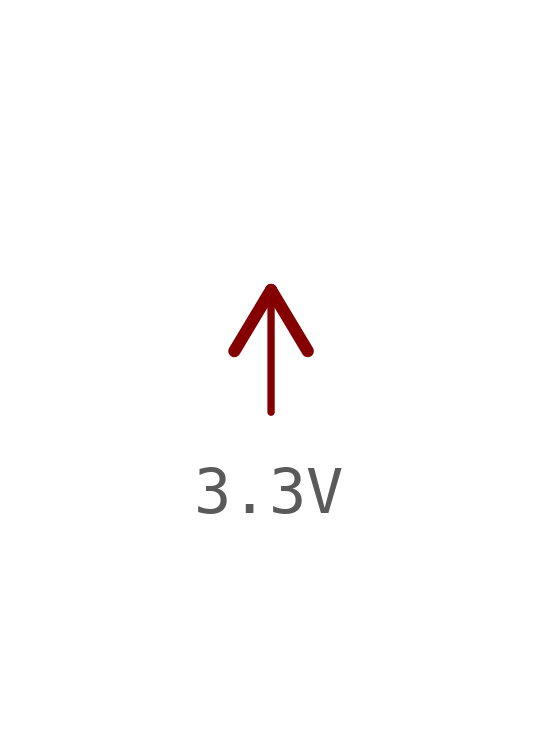
<source format=kicad_sym>
(kicad_symbol_lib
  (version 20241209)
  (generator "kicad_symbol_editor")
  (generator_version "9.0")
  (symbol "3.3V"
    (power)
    (property "Reference" "#P+"
      (at 0 0 0)
      (effects (font (size 1.27 1.27)) (hide yes)))
    (property "Value" ""
      (at -1.016 3.556 0)
      (effects (font (size 1.778 1.511)) (justify left bottom)))
    (property "ki_locked" ""
      (at 0 0 0)
      (effects (font (size 1.27 1.27))))
    (symbol "3.3V_1_0"
      (polyline (pts (xy 0 2.54) (xy -0.762 1.27)) (stroke (width 0.254) (type solid)) (fill (type none)))
      (polyline (pts (xy 0.762 1.27) (xy 0 2.54)) (stroke (width 0.254) (type solid)) (fill (type none)))
      (pin power_in line (at 0 0 90) (length 2.54) (name "3.3V" (effects (font (size 0 0)))) (number "1" (effects (font (size 0 0))))))))
</source>
